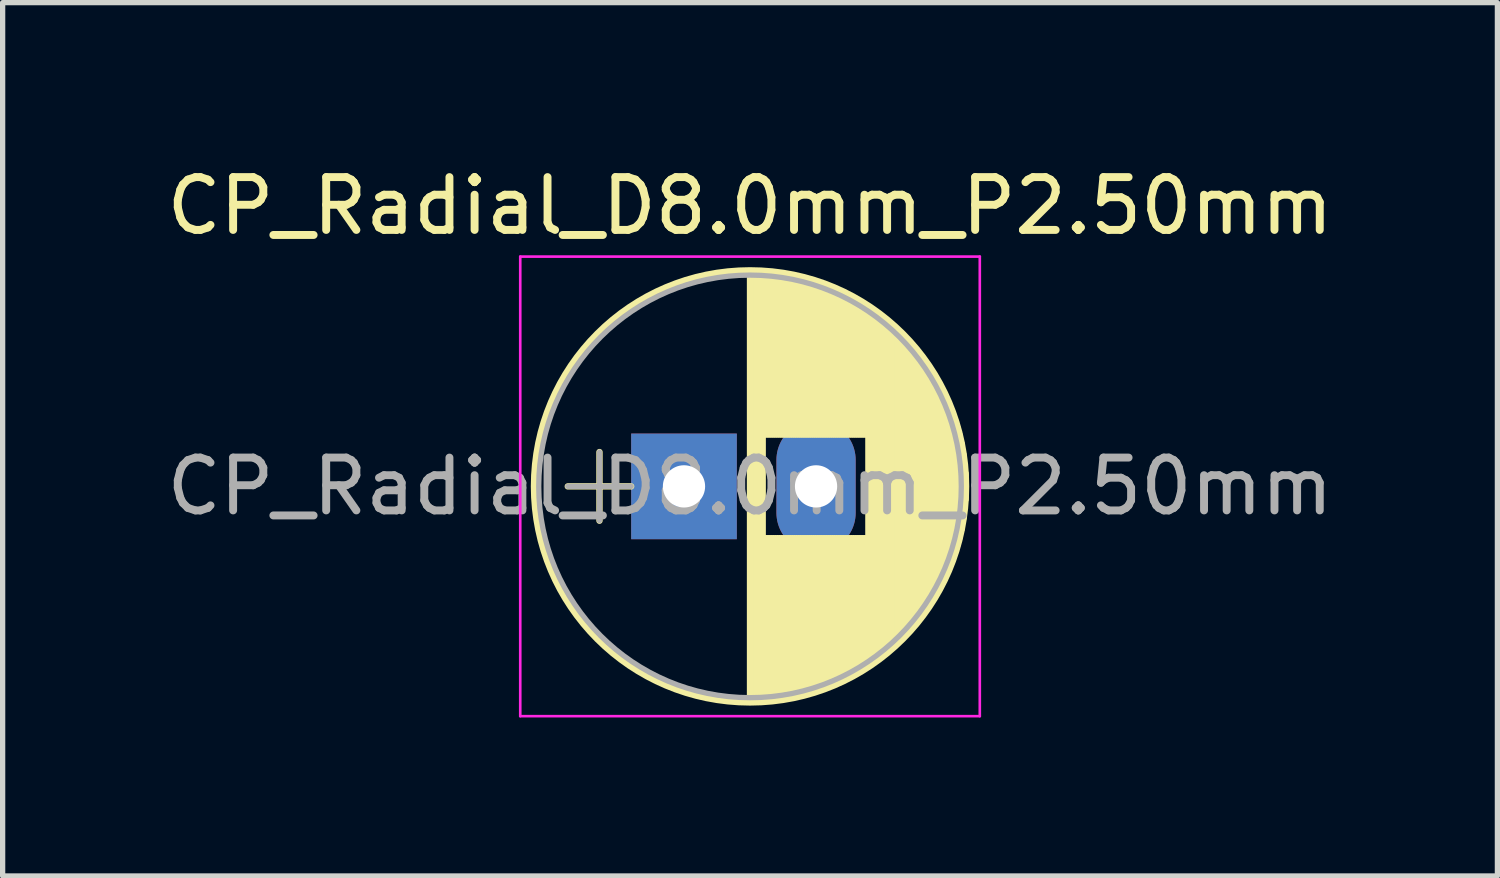
<source format=kicad_pcb>
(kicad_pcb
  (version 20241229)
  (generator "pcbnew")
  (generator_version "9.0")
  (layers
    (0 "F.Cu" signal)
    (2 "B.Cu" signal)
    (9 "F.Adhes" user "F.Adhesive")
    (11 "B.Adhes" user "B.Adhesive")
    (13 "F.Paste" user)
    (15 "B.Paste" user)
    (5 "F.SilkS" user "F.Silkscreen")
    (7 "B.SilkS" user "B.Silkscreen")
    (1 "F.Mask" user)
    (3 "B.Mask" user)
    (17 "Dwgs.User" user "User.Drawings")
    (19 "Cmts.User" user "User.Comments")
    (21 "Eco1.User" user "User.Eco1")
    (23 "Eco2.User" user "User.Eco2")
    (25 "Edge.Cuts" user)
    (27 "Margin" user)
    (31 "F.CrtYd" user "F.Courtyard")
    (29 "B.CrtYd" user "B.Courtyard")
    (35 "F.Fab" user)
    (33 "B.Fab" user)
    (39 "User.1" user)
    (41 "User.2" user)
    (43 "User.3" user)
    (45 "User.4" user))
  (footprint "CP_Radial_D8.0mm_P2.50mm"
    (layer "F.Cu")
    (at 9.899 6.158)
    (property "Reference" "CP_Radial_D8.0mm_P2.50mm" (at 1.25 -5.31 0) (layer "F.SilkS") (effects (font (size 1 1) (thickness 0.15))))
    (attr through_hole)
    (fp_line (start -2.2 0) (end -1 0) (stroke (width 0.12) (type solid)) (layer "F.SilkS"))
    (fp_line (start -1.6 -0.65) (end -1.6 0.65) (stroke (width 0.12) (type solid)) (layer "F.SilkS"))
    (fp_line (start 1.25 -4.05) (end 1.25 4.05) (stroke (width 0.12) (type solid)) (layer "F.SilkS"))
    (fp_line (start 1.29 -4.05) (end 1.29 4.05) (stroke (width 0.12) (type solid)) (layer "F.SilkS"))
    (fp_line (start 1.33 -4.05) (end 1.33 4.05) (stroke (width 0.12) (type solid)) (layer "F.SilkS"))
    (fp_line (start 1.37 -4.049) (end 1.37 4.049) (stroke (width 0.12) (type solid)) (layer "F.SilkS"))
    (fp_line (start 1.41 -4.047) (end 1.41 4.047) (stroke (width 0.12) (type solid)) (layer "F.SilkS"))
    (fp_line (start 1.45 -4.046) (end 1.45 4.046) (stroke (width 0.12) (type solid)) (layer "F.SilkS"))
    (fp_line (start 1.49 -4.043) (end 1.49 4.043) (stroke (width 0.12) (type solid)) (layer "F.SilkS"))
    (fp_line (start 1.53 -4.041) (end 1.53 -0.98) (stroke (width 0.12) (type solid)) (layer "F.SilkS"))
    (fp_line (start 1.53 0.98) (end 1.53 4.041) (stroke (width 0.12) (type solid)) (layer "F.SilkS"))
    (fp_line (start 1.57 -4.038) (end 1.57 -0.98) (stroke (width 0.12) (type solid)) (layer "F.SilkS"))
    (fp_line (start 1.57 0.98) (end 1.57 4.038) (stroke (width 0.12) (type solid)) (layer "F.SilkS"))
    (fp_line (start 1.61 -4.035) (end 1.61 -0.98) (stroke (width 0.12) (type solid)) (layer "F.SilkS"))
    (fp_line (start 1.61 0.98) (end 1.61 4.035) (stroke (width 0.12) (type solid)) (layer "F.SilkS"))
    (fp_line (start 1.65 -4.031) (end 1.65 -0.98) (stroke (width 0.12) (type solid)) (layer "F.SilkS"))
    (fp_line (start 1.65 0.98) (end 1.65 4.031) (stroke (width 0.12) (type solid)) (layer "F.SilkS"))
    (fp_line (start 1.69 -4.027) (end 1.69 -0.98) (stroke (width 0.12) (type solid)) (layer "F.SilkS"))
    (fp_line (start 1.69 0.98) (end 1.69 4.027) (stroke (width 0.12) (type solid)) (layer "F.SilkS"))
    (fp_line (start 1.73 -4.022) (end 1.73 -0.98) (stroke (width 0.12) (type solid)) (layer "F.SilkS"))
    (fp_line (start 1.73 0.98) (end 1.73 4.022) (stroke (width 0.12) (type solid)) (layer "F.SilkS"))
    (fp_line (start 1.77 -4.017) (end 1.77 -0.98) (stroke (width 0.12) (type solid)) (layer "F.SilkS"))
    (fp_line (start 1.77 0.98) (end 1.77 4.017) (stroke (width 0.12) (type solid)) (layer "F.SilkS"))
    (fp_line (start 1.81 -4.012) (end 1.81 -0.98) (stroke (width 0.12) (type solid)) (layer "F.SilkS"))
    (fp_line (start 1.81 0.98) (end 1.81 4.012) (stroke (width 0.12) (type solid)) (layer "F.SilkS"))
    (fp_line (start 1.85 -4.006) (end 1.85 -0.98) (stroke (width 0.12) (type solid)) (layer "F.SilkS"))
    (fp_line (start 1.85 0.98) (end 1.85 4.006) (stroke (width 0.12) (type solid)) (layer "F.SilkS"))
    (fp_line (start 1.89 -4) (end 1.89 -0.98) (stroke (width 0.12) (type solid)) (layer "F.SilkS"))
    (fp_line (start 1.89 0.98) (end 1.89 4) (stroke (width 0.12) (type solid)) (layer "F.SilkS"))
    (fp_line (start 1.93 -3.994) (end 1.93 -0.98) (stroke (width 0.12) (type solid)) (layer "F.SilkS"))
    (fp_line (start 1.93 0.98) (end 1.93 3.994) (stroke (width 0.12) (type solid)) (layer "F.SilkS"))
    (fp_line (start 1.971 -3.987) (end 1.971 -0.98) (stroke (width 0.12) (type solid)) (layer "F.SilkS"))
    (fp_line (start 1.971 0.98) (end 1.971 3.987) (stroke (width 0.12) (type solid)) (layer "F.SilkS"))
    (fp_line (start 2.011 -3.979) (end 2.011 -0.98) (stroke (width 0.12) (type solid)) (layer "F.SilkS"))
    (fp_line (start 2.011 0.98) (end 2.011 3.979) (stroke (width 0.12) (type solid)) (layer "F.SilkS"))
    (fp_line (start 2.051 -3.971) (end 2.051 -0.98) (stroke (width 0.12) (type solid)) (layer "F.SilkS"))
    (fp_line (start 2.051 0.98) (end 2.051 3.971) (stroke (width 0.12) (type solid)) (layer "F.SilkS"))
    (fp_line (start 2.091 -3.963) (end 2.091 -0.98) (stroke (width 0.12) (type solid)) (layer "F.SilkS"))
    (fp_line (start 2.091 0.98) (end 2.091 3.963) (stroke (width 0.12) (type solid)) (layer "F.SilkS"))
    (fp_line (start 2.131 -3.955) (end 2.131 -0.98) (stroke (width 0.12) (type solid)) (layer "F.SilkS"))
    (fp_line (start 2.131 0.98) (end 2.131 3.955) (stroke (width 0.12) (type solid)) (layer "F.SilkS"))
    (fp_line (start 2.171 -3.946) (end 2.171 -0.98) (stroke (width 0.12) (type solid)) (layer "F.SilkS"))
    (fp_line (start 2.171 0.98) (end 2.171 3.946) (stroke (width 0.12) (type solid)) (layer "F.SilkS"))
    (fp_line (start 2.211 -3.936) (end 2.211 -0.98) (stroke (width 0.12) (type solid)) (layer "F.SilkS"))
    (fp_line (start 2.211 0.98) (end 2.211 3.936) (stroke (width 0.12) (type solid)) (layer "F.SilkS"))
    (fp_line (start 2.251 -3.926) (end 2.251 -0.98) (stroke (width 0.12) (type solid)) (layer "F.SilkS"))
    (fp_line (start 2.251 0.98) (end 2.251 3.926) (stroke (width 0.12) (type solid)) (layer "F.SilkS"))
    (fp_line (start 2.291 -3.916) (end 2.291 -0.98) (stroke (width 0.12) (type solid)) (layer "F.SilkS"))
    (fp_line (start 2.291 0.98) (end 2.291 3.916) (stroke (width 0.12) (type solid)) (layer "F.SilkS"))
    (fp_line (start 2.331 -3.905) (end 2.331 -0.98) (stroke (width 0.12) (type solid)) (layer "F.SilkS"))
    (fp_line (start 2.331 0.98) (end 2.331 3.905) (stroke (width 0.12) (type solid)) (layer "F.SilkS"))
    (fp_line (start 2.371 -3.894) (end 2.371 -0.98) (stroke (width 0.12) (type solid)) (layer "F.SilkS"))
    (fp_line (start 2.371 0.98) (end 2.371 3.894) (stroke (width 0.12) (type solid)) (layer "F.SilkS"))
    (fp_line (start 2.411 -3.883) (end 2.411 -0.98) (stroke (width 0.12) (type solid)) (layer "F.SilkS"))
    (fp_line (start 2.411 0.98) (end 2.411 3.883) (stroke (width 0.12) (type solid)) (layer "F.SilkS"))
    (fp_line (start 2.451 -3.87) (end 2.451 -0.98) (stroke (width 0.12) (type solid)) (layer "F.SilkS"))
    (fp_line (start 2.451 0.98) (end 2.451 3.87) (stroke (width 0.12) (type solid)) (layer "F.SilkS"))
    (fp_line (start 2.491 -3.858) (end 2.491 -0.98) (stroke (width 0.12) (type solid)) (layer "F.SilkS"))
    (fp_line (start 2.491 0.98) (end 2.491 3.858) (stroke (width 0.12) (type solid)) (layer "F.SilkS"))
    (fp_line (start 2.531 -3.845) (end 2.531 -0.98) (stroke (width 0.12) (type solid)) (layer "F.SilkS"))
    (fp_line (start 2.531 0.98) (end 2.531 3.845) (stroke (width 0.12) (type solid)) (layer "F.SilkS"))
    (fp_line (start 2.571 -3.832) (end 2.571 -0.98) (stroke (width 0.12) (type solid)) (layer "F.SilkS"))
    (fp_line (start 2.571 0.98) (end 2.571 3.832) (stroke (width 0.12) (type solid)) (layer "F.SilkS"))
    (fp_line (start 2.611 -3.818) (end 2.611 -0.98) (stroke (width 0.12) (type solid)) (layer "F.SilkS"))
    (fp_line (start 2.611 0.98) (end 2.611 3.818) (stroke (width 0.12) (type solid)) (layer "F.SilkS"))
    (fp_line (start 2.651 -3.803) (end 2.651 -0.98) (stroke (width 0.12) (type solid)) (layer "F.SilkS"))
    (fp_line (start 2.651 0.98) (end 2.651 3.803) (stroke (width 0.12) (type solid)) (layer "F.SilkS"))
    (fp_line (start 2.691 -3.789) (end 2.691 -0.98) (stroke (width 0.12) (type solid)) (layer "F.SilkS"))
    (fp_line (start 2.691 0.98) (end 2.691 3.789) (stroke (width 0.12) (type solid)) (layer "F.SilkS"))
    (fp_line (start 2.731 -3.773) (end 2.731 -0.98) (stroke (width 0.12) (type solid)) (layer "F.SilkS"))
    (fp_line (start 2.731 0.98) (end 2.731 3.773) (stroke (width 0.12) (type solid)) (layer "F.SilkS"))
    (fp_line (start 2.771 -3.758) (end 2.771 -0.98) (stroke (width 0.12) (type solid)) (layer "F.SilkS"))
    (fp_line (start 2.771 0.98) (end 2.771 3.758) (stroke (width 0.12) (type solid)) (layer "F.SilkS"))
    (fp_line (start 2.811 -3.741) (end 2.811 -0.98) (stroke (width 0.12) (type solid)) (layer "F.SilkS"))
    (fp_line (start 2.811 0.98) (end 2.811 3.741) (stroke (width 0.12) (type solid)) (layer "F.SilkS"))
    (fp_line (start 2.851 -3.725) (end 2.851 -0.98) (stroke (width 0.12) (type solid)) (layer "F.SilkS"))
    (fp_line (start 2.851 0.98) (end 2.851 3.725) (stroke (width 0.12) (type solid)) (layer "F.SilkS"))
    (fp_line (start 2.891 -3.707) (end 2.891 -0.98) (stroke (width 0.12) (type solid)) (layer "F.SilkS"))
    (fp_line (start 2.891 0.98) (end 2.891 3.707) (stroke (width 0.12) (type solid)) (layer "F.SilkS"))
    (fp_line (start 2.931 -3.69) (end 2.931 -0.98) (stroke (width 0.12) (type solid)) (layer "F.SilkS"))
    (fp_line (start 2.931 0.98) (end 2.931 3.69) (stroke (width 0.12) (type solid)) (layer "F.SilkS"))
    (fp_line (start 2.971 -3.671) (end 2.971 -0.98) (stroke (width 0.12) (type solid)) (layer "F.SilkS"))
    (fp_line (start 2.971 0.98) (end 2.971 3.671) (stroke (width 0.12) (type solid)) (layer "F.SilkS"))
    (fp_line (start 3.011 -3.652) (end 3.011 -0.98) (stroke (width 0.12) (type solid)) (layer "F.SilkS"))
    (fp_line (start 3.011 0.98) (end 3.011 3.652) (stroke (width 0.12) (type solid)) (layer "F.SilkS"))
    (fp_line (start 3.051 -3.633) (end 3.051 -0.98) (stroke (width 0.12) (type solid)) (layer "F.SilkS"))
    (fp_line (start 3.051 0.98) (end 3.051 3.633) (stroke (width 0.12) (type solid)) (layer "F.SilkS"))
    (fp_line (start 3.091 -3.613) (end 3.091 -0.98) (stroke (width 0.12) (type solid)) (layer "F.SilkS"))
    (fp_line (start 3.091 0.98) (end 3.091 3.613) (stroke (width 0.12) (type solid)) (layer "F.SilkS"))
    (fp_line (start 3.131 -3.593) (end 3.131 -0.98) (stroke (width 0.12) (type solid)) (layer "F.SilkS"))
    (fp_line (start 3.131 0.98) (end 3.131 3.593) (stroke (width 0.12) (type solid)) (layer "F.SilkS"))
    (fp_line (start 3.171 -3.572) (end 3.171 -0.98) (stroke (width 0.12) (type solid)) (layer "F.SilkS"))
    (fp_line (start 3.171 0.98) (end 3.171 3.572) (stroke (width 0.12) (type solid)) (layer "F.SilkS"))
    (fp_line (start 3.211 -3.55) (end 3.211 -0.98) (stroke (width 0.12) (type solid)) (layer "F.SilkS"))
    (fp_line (start 3.211 0.98) (end 3.211 3.55) (stroke (width 0.12) (type solid)) (layer "F.SilkS"))
    (fp_line (start 3.251 -3.528) (end 3.251 -0.98) (stroke (width 0.12) (type solid)) (layer "F.SilkS"))
    (fp_line (start 3.251 0.98) (end 3.251 3.528) (stroke (width 0.12) (type solid)) (layer "F.SilkS"))
    (fp_line (start 3.291 -3.505) (end 3.291 -0.98) (stroke (width 0.12) (type solid)) (layer "F.SilkS"))
    (fp_line (start 3.291 0.98) (end 3.291 3.505) (stroke (width 0.12) (type solid)) (layer "F.SilkS"))
    (fp_line (start 3.331 -3.482) (end 3.331 -0.98) (stroke (width 0.12) (type solid)) (layer "F.SilkS"))
    (fp_line (start 3.331 0.98) (end 3.331 3.482) (stroke (width 0.12) (type solid)) (layer "F.SilkS"))
    (fp_line (start 3.371 -3.458) (end 3.371 -0.98) (stroke (width 0.12) (type solid)) (layer "F.SilkS"))
    (fp_line (start 3.371 0.98) (end 3.371 3.458) (stroke (width 0.12) (type solid)) (layer "F.SilkS"))
    (fp_line (start 3.411 -3.434) (end 3.411 -0.98) (stroke (width 0.12) (type solid)) (layer "F.SilkS"))
    (fp_line (start 3.411 0.98) (end 3.411 3.434) (stroke (width 0.12) (type solid)) (layer "F.SilkS"))
    (fp_line (start 3.451 -3.408) (end 3.451 -0.98) (stroke (width 0.12) (type solid)) (layer "F.SilkS"))
    (fp_line (start 3.451 0.98) (end 3.451 3.408) (stroke (width 0.12) (type solid)) (layer "F.SilkS"))
    (fp_line (start 3.491 -3.383) (end 3.491 3.383) (stroke (width 0.12) (type solid)) (layer "F.SilkS"))
    (fp_line (start 3.531 -3.356) (end 3.531 3.356) (stroke (width 0.12) (type solid)) (layer "F.SilkS"))
    (fp_line (start 3.571 -3.329) (end 3.571 3.329) (stroke (width 0.12) (type solid)) (layer "F.SilkS"))
    (fp_line (start 3.611 -3.301) (end 3.611 3.301) (stroke (width 0.12) (type solid)) (layer "F.SilkS"))
    (fp_line (start 3.651 -3.272) (end 3.651 3.272) (stroke (width 0.12) (type solid)) (layer "F.SilkS"))
    (fp_line (start 3.691 -3.243) (end 3.691 3.243) (stroke (width 0.12) (type solid)) (layer "F.SilkS"))
    (fp_line (start 3.731 -3.213) (end 3.731 3.213) (stroke (width 0.12) (type solid)) (layer "F.SilkS"))
    (fp_line (start 3.771 -3.182) (end 3.771 3.182) (stroke (width 0.12) (type solid)) (layer "F.SilkS"))
    (fp_line (start 3.811 -3.15) (end 3.811 3.15) (stroke (width 0.12) (type solid)) (layer "F.SilkS"))
    (fp_line (start 3.851 -3.118) (end 3.851 3.118) (stroke (width 0.12) (type solid)) (layer "F.SilkS"))
    (fp_line (start 3.891 -3.084) (end 3.891 3.084) (stroke (width 0.12) (type solid)) (layer "F.SilkS"))
    (fp_line (start 3.931 -3.05) (end 3.931 3.05) (stroke (width 0.12) (type solid)) (layer "F.SilkS"))
    (fp_line (start 3.971 -3.015) (end 3.971 3.015) (stroke (width 0.12) (type solid)) (layer "F.SilkS"))
    (fp_line (start 4.011 -2.979) (end 4.011 2.979) (stroke (width 0.12) (type solid)) (layer "F.SilkS"))
    (fp_line (start 4.051 -2.942) (end 4.051 2.942) (stroke (width 0.12) (type solid)) (layer "F.SilkS"))
    (fp_line (start 4.091 -2.904) (end 4.091 2.904) (stroke (width 0.12) (type solid)) (layer "F.SilkS"))
    (fp_line (start 4.131 -2.865) (end 4.131 2.865) (stroke (width 0.12) (type solid)) (layer "F.SilkS"))
    (fp_line (start 4.171 -2.824) (end 4.171 2.824) (stroke (width 0.12) (type solid)) (layer "F.SilkS"))
    (fp_line (start 4.211 -2.783) (end 4.211 2.783) (stroke (width 0.12) (type solid)) (layer "F.SilkS"))
    (fp_line (start 4.251 -2.74) (end 4.251 2.74) (stroke (width 0.12) (type solid)) (layer "F.SilkS"))
    (fp_line (start 4.291 -2.697) (end 4.291 2.697) (stroke (width 0.12) (type solid)) (layer "F.SilkS"))
    (fp_line (start 4.331 -2.652) (end 4.331 2.652) (stroke (width 0.12) (type solid)) (layer "F.SilkS"))
    (fp_line (start 4.371 -2.605) (end 4.371 2.605) (stroke (width 0.12) (type solid)) (layer "F.SilkS"))
    (fp_line (start 4.411 -2.557) (end 4.411 2.557) (stroke (width 0.12) (type solid)) (layer "F.SilkS"))
    (fp_line (start 4.451 -2.508) (end 4.451 2.508) (stroke (width 0.12) (type solid)) (layer "F.SilkS"))
    (fp_line (start 4.491 -2.457) (end 4.491 2.457) (stroke (width 0.12) (type solid)) (layer "F.SilkS"))
    (fp_line (start 4.531 -2.404) (end 4.531 2.404) (stroke (width 0.12) (type solid)) (layer "F.SilkS"))
    (fp_line (start 4.571 -2.349) (end 4.571 2.349) (stroke (width 0.12) (type solid)) (layer "F.SilkS"))
    (fp_line (start 4.611 -2.293) (end 4.611 2.293) (stroke (width 0.12) (type solid)) (layer "F.SilkS"))
    (fp_line (start 4.651 -2.234) (end 4.651 2.234) (stroke (width 0.12) (type solid)) (layer "F.SilkS"))
    (fp_line (start 4.691 -2.173) (end 4.691 2.173) (stroke (width 0.12) (type solid)) (layer "F.SilkS"))
    (fp_line (start 4.731 -2.109) (end 4.731 2.109) (stroke (width 0.12) (type solid)) (layer "F.SilkS"))
    (fp_line (start 4.771 -2.043) (end 4.771 2.043) (stroke (width 0.12) (type solid)) (layer "F.SilkS"))
    (fp_line (start 4.811 -1.974) (end 4.811 1.974) (stroke (width 0.12) (type solid)) (layer "F.SilkS"))
    (fp_line (start 4.851 -1.902) (end 4.851 1.902) (stroke (width 0.12) (type solid)) (layer "F.SilkS"))
    (fp_line (start 4.891 -1.826) (end 4.891 1.826) (stroke (width 0.12) (type solid)) (layer "F.SilkS"))
    (fp_line (start 4.931 -1.745) (end 4.931 1.745) (stroke (width 0.12) (type solid)) (layer "F.SilkS"))
    (fp_line (start 4.971 -1.66) (end 4.971 1.66) (stroke (width 0.12) (type solid)) (layer "F.SilkS"))
    (fp_line (start 5.011 -1.57) (end 5.011 1.57) (stroke (width 0.12) (type solid)) (layer "F.SilkS"))
    (fp_line (start 5.051 -1.473) (end 5.051 1.473) (stroke (width 0.12) (type solid)) (layer "F.SilkS"))
    (fp_line (start 5.091 -1.369) (end 5.091 1.369) (stroke (width 0.12) (type solid)) (layer "F.SilkS"))
    (fp_line (start 5.131 -1.254) (end 5.131 1.254) (stroke (width 0.12) (type solid)) (layer "F.SilkS"))
    (fp_line (start 5.171 -1.127) (end 5.171 1.127) (stroke (width 0.12) (type solid)) (layer "F.SilkS"))
    (fp_line (start 5.211 -0.983) (end 5.211 0.983) (stroke (width 0.12) (type solid)) (layer "F.SilkS"))
    (fp_line (start 5.251 -0.814) (end 5.251 0.814) (stroke (width 0.12) (type solid)) (layer "F.SilkS"))
    (fp_line (start 5.291 -0.598) (end 5.291 0.598) (stroke (width 0.12) (type solid)) (layer "F.SilkS"))
    (fp_line (start 5.331 -0.246) (end 5.331 0.246) (stroke (width 0.12) (type solid)) (layer "F.SilkS"))
    (fp_circle (center 1.25 0) (end 5.34 0) (stroke (width 0.12) (type solid)) (fill no) (layer "F.SilkS"))
    (fp_line (start -3.1 -4.35) (end -3.1 4.35) (stroke (width 0.05) (type solid)) (layer "F.CrtYd"))
    (fp_line (start -3.1 4.35) (end 5.6 4.35) (stroke (width 0.05) (type solid)) (layer "F.CrtYd"))
    (fp_line (start 5.6 -4.35) (end -3.1 -4.35) (stroke (width 0.05) (type solid)) (layer "F.CrtYd"))
    (fp_line (start 5.6 4.35) (end 5.6 -4.35) (stroke (width 0.05) (type solid)) (layer "F.CrtYd"))
    (fp_line (start -2.2 0) (end -1 0) (stroke (width 0.1) (type solid)) (layer "F.Fab"))
    (fp_line (start -1.6 -0.65) (end -1.6 0.65) (stroke (width 0.1) (type solid)) (layer "F.Fab"))
    (fp_circle (center 1.25 0) (end 5.25 0) (stroke (width 0.1) (type solid)) (fill no) (layer "F.Fab"))
    (fp_text user "${REFERENCE}" (at 1.25 0 0) (layer "F.Fab") (effects (font (size 1 1) (thickness 0.15))))
    (pad "1" thru_hole rect (at 0 0) (size 2 2) (drill 0.8) (layers "*.Cu" "*.Mask"))
    (pad "2" thru_hole oval (at 2.5 0) (size 1.5 2.5) (drill 0.8) (layers "*.Cu" "*.Mask")))
  (gr_rect
    (start -3 -3)
    (end 25.298 13.533)
    (stroke (width 0.1) (type default))
    (fill no)
    (layer "Edge.Cuts")))
</source>
